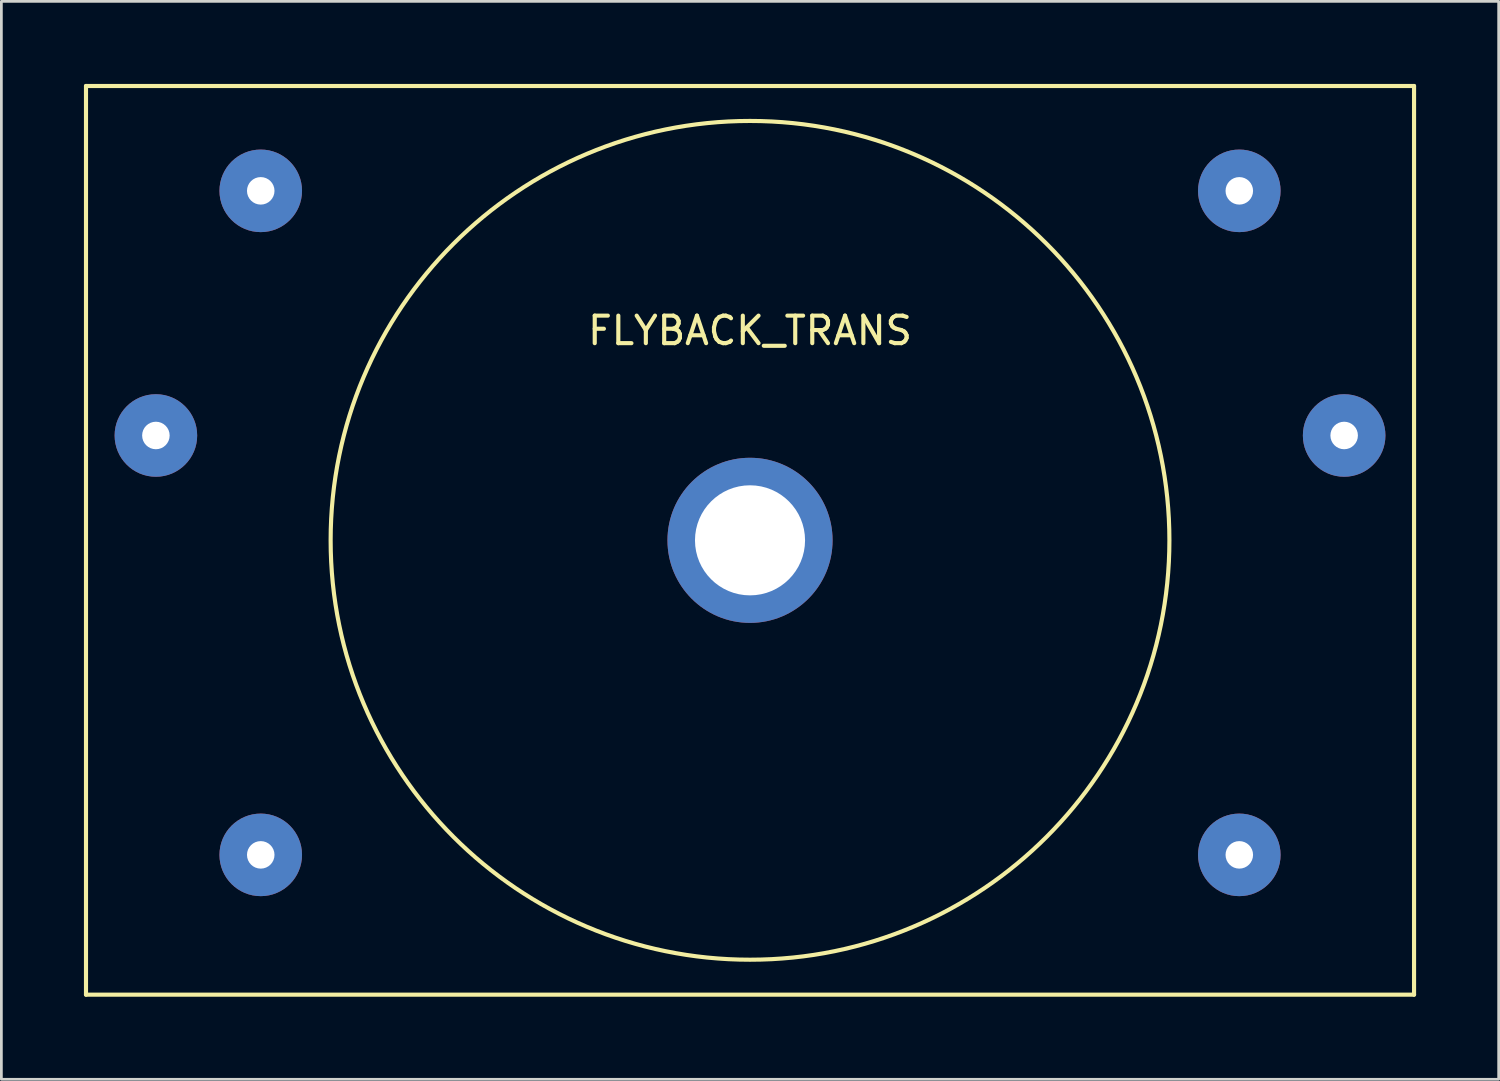
<source format=kicad_pcb>
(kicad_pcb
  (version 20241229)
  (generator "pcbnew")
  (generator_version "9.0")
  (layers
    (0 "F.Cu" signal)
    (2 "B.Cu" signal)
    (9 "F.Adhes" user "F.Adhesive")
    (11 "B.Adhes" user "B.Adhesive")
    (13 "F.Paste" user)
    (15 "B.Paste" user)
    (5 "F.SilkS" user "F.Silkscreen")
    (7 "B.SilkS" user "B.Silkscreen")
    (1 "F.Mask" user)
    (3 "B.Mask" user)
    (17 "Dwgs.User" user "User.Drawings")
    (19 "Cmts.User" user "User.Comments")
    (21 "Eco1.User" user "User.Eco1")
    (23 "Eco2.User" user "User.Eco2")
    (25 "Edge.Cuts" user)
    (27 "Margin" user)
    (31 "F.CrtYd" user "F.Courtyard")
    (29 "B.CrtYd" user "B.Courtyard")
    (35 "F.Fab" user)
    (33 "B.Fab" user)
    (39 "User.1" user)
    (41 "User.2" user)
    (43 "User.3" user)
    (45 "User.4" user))
  (footprint "FLYBACK_TRANS"
    (layer "F.Cu")
    (at 24.205 16.585)
    (property "Reference" "FLYBACK_TRANS" (at 0 -7.62 0) (layer "F.SilkS") (effects (font (size 1 1) (thickness 0.15))))
    (attr through_hole)
    (fp_line (start -24.13 -16.51) (end -24.13 16.51) (stroke (width 0.15) (type solid)) (layer "F.SilkS"))
    (fp_line (start -24.13 16.51) (end 24.13 16.51) (stroke (width 0.15) (type solid)) (layer "F.SilkS"))
    (fp_line (start 24.13 -16.51) (end -24.13 -16.51) (stroke (width 0.15) (type solid)) (layer "F.SilkS"))
    (fp_line (start 24.13 16.51) (end 24.13 -16.51) (stroke (width 0.15) (type solid)) (layer "F.SilkS"))
    (fp_circle (center 0 0) (end 15.24 0) (stroke (width 0.15) (type solid)) (fill no) (layer "F.SilkS"))
    (pad "1" thru_hole circle (at 17.78 11.43) (size 3 3) (drill 1) (layers "*.Cu" "*.Mask"))
    (pad "2" thru_hole circle (at -17.78 11.43) (size 3 3) (drill 1) (layers "*.Cu" "*.Mask"))
    (pad "3" thru_hole circle (at 17.78 -12.7) (size 3 3) (drill 1) (layers "*.Cu" "*.Mask"))
    (pad "4" thru_hole circle (at 21.59 -3.81) (size 3 3) (drill 1) (layers "*.Cu" "*.Mask"))
    (pad "5" thru_hole circle (at -21.59 -3.81) (size 3 3) (drill 1) (layers "*.Cu" "*.Mask"))
    (pad "6" thru_hole circle (at -17.78 -12.7) (size 3 3) (drill 1) (layers "*.Cu" "*.Mask"))
    (pad "7" thru_hole circle (at 0 0) (size 6 6) (drill 4) (layers "*.Cu" "*.Mask")))
  (gr_rect
    (start -3 -3)
    (end 51.41 36.17)
    (stroke (width 0.1) (type default))
    (fill no)
    (layer "Edge.Cuts")))
</source>
